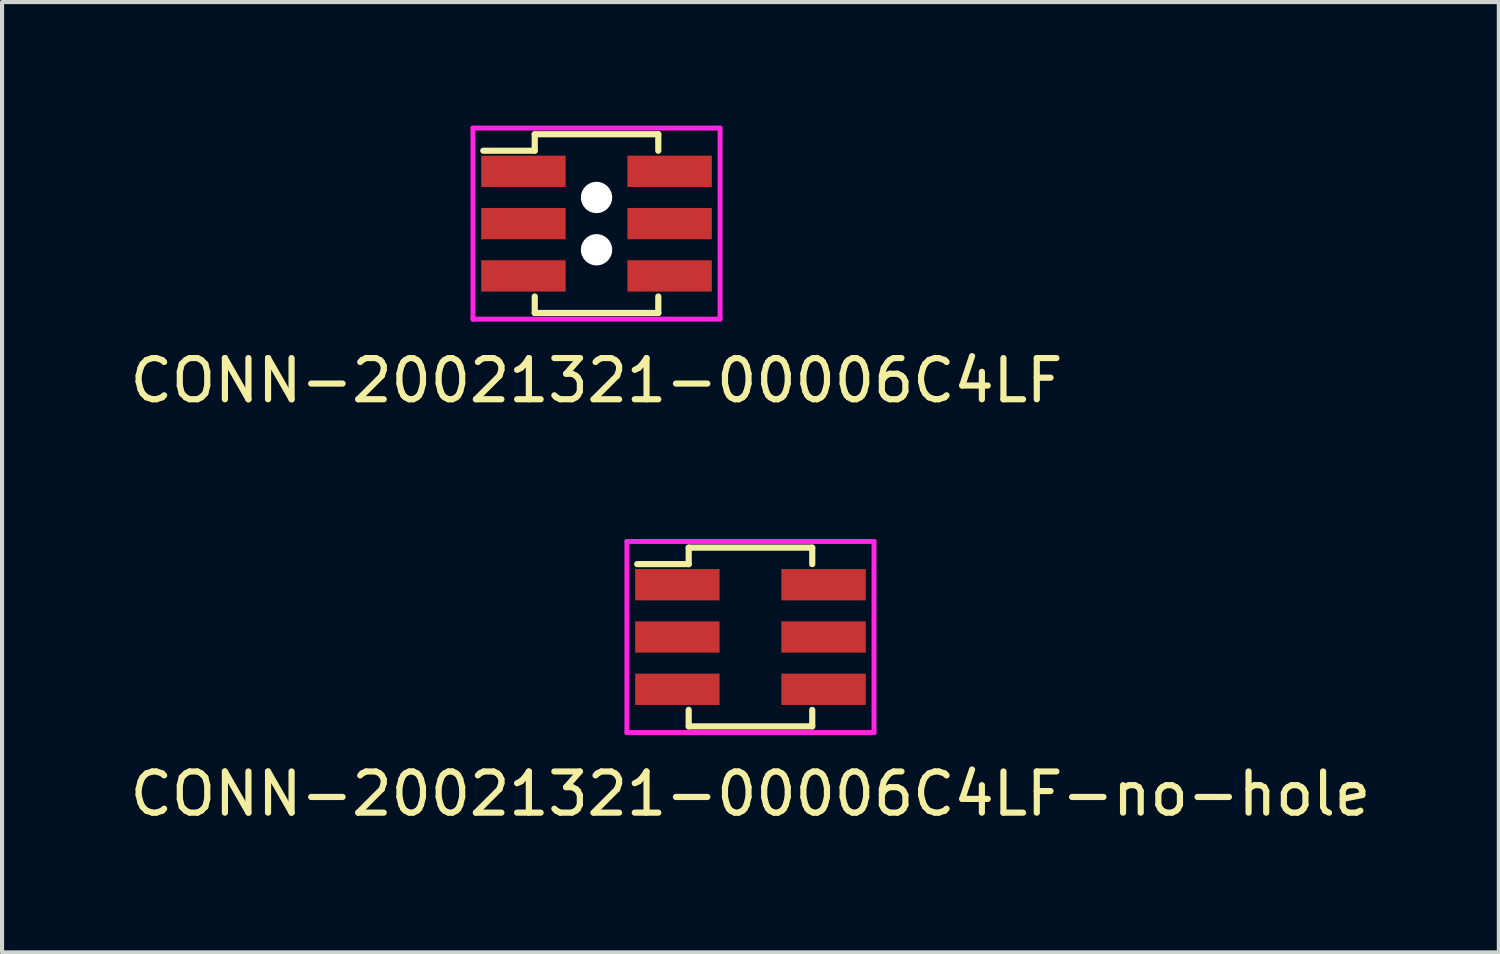
<source format=kicad_pcb>
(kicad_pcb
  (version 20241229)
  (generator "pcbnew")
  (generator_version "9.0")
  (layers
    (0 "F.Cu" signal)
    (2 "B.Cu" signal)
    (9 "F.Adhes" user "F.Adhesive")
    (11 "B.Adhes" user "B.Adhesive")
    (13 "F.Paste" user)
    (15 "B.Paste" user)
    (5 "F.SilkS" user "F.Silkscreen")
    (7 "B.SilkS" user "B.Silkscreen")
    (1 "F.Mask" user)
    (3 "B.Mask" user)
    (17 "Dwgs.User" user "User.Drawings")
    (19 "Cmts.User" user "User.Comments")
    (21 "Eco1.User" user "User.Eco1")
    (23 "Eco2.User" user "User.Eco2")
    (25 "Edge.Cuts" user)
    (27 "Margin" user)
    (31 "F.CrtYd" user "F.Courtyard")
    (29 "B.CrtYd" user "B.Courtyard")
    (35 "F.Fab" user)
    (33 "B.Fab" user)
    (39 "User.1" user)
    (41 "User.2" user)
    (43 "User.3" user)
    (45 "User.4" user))
  (footprint "CONN-20021321-00006C4LF"
    (layer "F.Cu")
    (at 11.435 2.38)
    (property "Reference" "CONN-20021321-00006C4LF" (at 0 3.81 0) (layer "F.SilkS") (effects (font (size 1 1) (thickness 0.15))))
    (attr smd)
    (fp_line (start -1.5 -2.17) (end -1.5 -1.77) (stroke (width 0.15) (type solid)) (layer "F.SilkS"))
    (fp_line (start -1.5 -1.77) (end -2.75 -1.77) (stroke (width 0.15) (type solid)) (layer "F.SilkS"))
    (fp_line (start -1.5 2.17) (end -1.5 1.77) (stroke (width 0.15) (type solid)) (layer "F.SilkS"))
    (fp_line (start 1.5 -2.17) (end -1.5 -2.17) (stroke (width 0.15) (type solid)) (layer "F.SilkS"))
    (fp_line (start 1.5 -2.17) (end 1.5 -1.77) (stroke (width 0.15) (type solid)) (layer "F.SilkS"))
    (fp_line (start 1.5 2.17) (end -1.5 2.17) (stroke (width 0.15) (type solid)) (layer "F.SilkS"))
    (fp_line (start 1.5 2.17) (end 1.5 1.77) (stroke (width 0.15) (type solid)) (layer "F.SilkS"))
    (fp_line (start -3 -2.32) (end 3 -2.32) (stroke (width 0.12) (type solid)) (layer "F.CrtYd"))
    (fp_line (start -3 2.32) (end -3 -2.32) (stroke (width 0.12) (type solid)) (layer "F.CrtYd"))
    (fp_line (start 3 -2.32) (end 3 2.32) (stroke (width 0.12) (type solid)) (layer "F.CrtYd"))
    (fp_line (start 3 2.32) (end -3 2.32) (stroke (width 0.12) (type solid)) (layer "F.CrtYd"))
    (pad "" np_thru_hole circle (at 0 -0.635) (size 0.76 0.76) (drill 0.76) (layers "*.Cu" "*.Mask"))
    (pad "" np_thru_hole circle (at 0 0.635) (size 0.76 0.76) (drill 0.76) (layers "*.Cu" "*.Mask"))
    (pad "1" smd rect (at -1.775 -1.27) (size 2.05 0.76) (layers "F.Cu" "F.Mask" "F.Paste"))
    (pad "2" smd rect (at 1.775 -1.27) (size 2.05 0.76) (layers "F.Cu" "F.Mask" "F.Paste"))
    (pad "3" smd rect (at -1.775 0) (size 2.05 0.76) (layers "F.Cu" "F.Mask" "F.Paste"))
    (pad "4" smd rect (at 1.775 0) (size 2.05 0.76) (layers "F.Cu" "F.Mask" "F.Paste"))
    (pad "5" smd rect (at -1.775 1.27) (size 2.05 0.76) (layers "F.Cu" "F.Mask" "F.Paste"))
    (pad "6" smd rect (at 1.775 1.27) (size 2.05 0.76) (layers "F.Cu" "F.Mask" "F.Paste")))
  (footprint "CONN-20021321-00006C4LF-no-hole"
    (layer "F.Cu")
    (at 15.173 12.418)
    (property "Reference" "CONN-20021321-00006C4LF-no-hole" (at 0 3.81 0) (layer "F.SilkS") (effects (font (size 1 1) (thickness 0.15))))
    (attr smd)
    (fp_line (start -1.5 -2.17) (end -1.5 -1.77) (stroke (width 0.15) (type solid)) (layer "F.SilkS"))
    (fp_line (start -1.5 -1.77) (end -2.75 -1.77) (stroke (width 0.15) (type solid)) (layer "F.SilkS"))
    (fp_line (start -1.5 2.17) (end -1.5 1.77) (stroke (width 0.15) (type solid)) (layer "F.SilkS"))
    (fp_line (start 1.5 -2.17) (end -1.5 -2.17) (stroke (width 0.15) (type solid)) (layer "F.SilkS"))
    (fp_line (start 1.5 -2.17) (end 1.5 -1.77) (stroke (width 0.15) (type solid)) (layer "F.SilkS"))
    (fp_line (start 1.5 2.17) (end -1.5 2.17) (stroke (width 0.15) (type solid)) (layer "F.SilkS"))
    (fp_line (start 1.5 2.17) (end 1.5 1.77) (stroke (width 0.15) (type solid)) (layer "F.SilkS"))
    (fp_line (start -3 -2.32) (end 3 -2.32) (stroke (width 0.12) (type solid)) (layer "F.CrtYd"))
    (fp_line (start -3 2.32) (end -3 -2.32) (stroke (width 0.12) (type solid)) (layer "F.CrtYd"))
    (fp_line (start 3 -2.32) (end 3 2.32) (stroke (width 0.12) (type solid)) (layer "F.CrtYd"))
    (fp_line (start 3 2.32) (end -3 2.32) (stroke (width 0.12) (type solid)) (layer "F.CrtYd"))
    (pad "1" smd rect (at -1.775 -1.27) (size 2.05 0.76) (layers "F.Cu" "F.Mask" "F.Paste"))
    (pad "2" smd rect (at 1.775 -1.27) (size 2.05 0.76) (layers "F.Cu" "F.Mask" "F.Paste"))
    (pad "3" smd rect (at -1.775 0) (size 2.05 0.76) (layers "F.Cu" "F.Mask" "F.Paste"))
    (pad "4" smd rect (at 1.775 0) (size 2.05 0.76) (layers "F.Cu" "F.Mask" "F.Paste"))
    (pad "5" smd rect (at -1.775 1.27) (size 2.05 0.76) (layers "F.Cu" "F.Mask" "F.Paste"))
    (pad "6" smd rect (at 1.775 1.27) (size 2.05 0.76) (layers "F.Cu" "F.Mask" "F.Paste")))
  (gr_rect
    (start -3 -3)
    (end 33.345 20.076)
    (stroke (width 0.1) (type default))
    (fill no)
    (layer "Edge.Cuts")))
</source>
